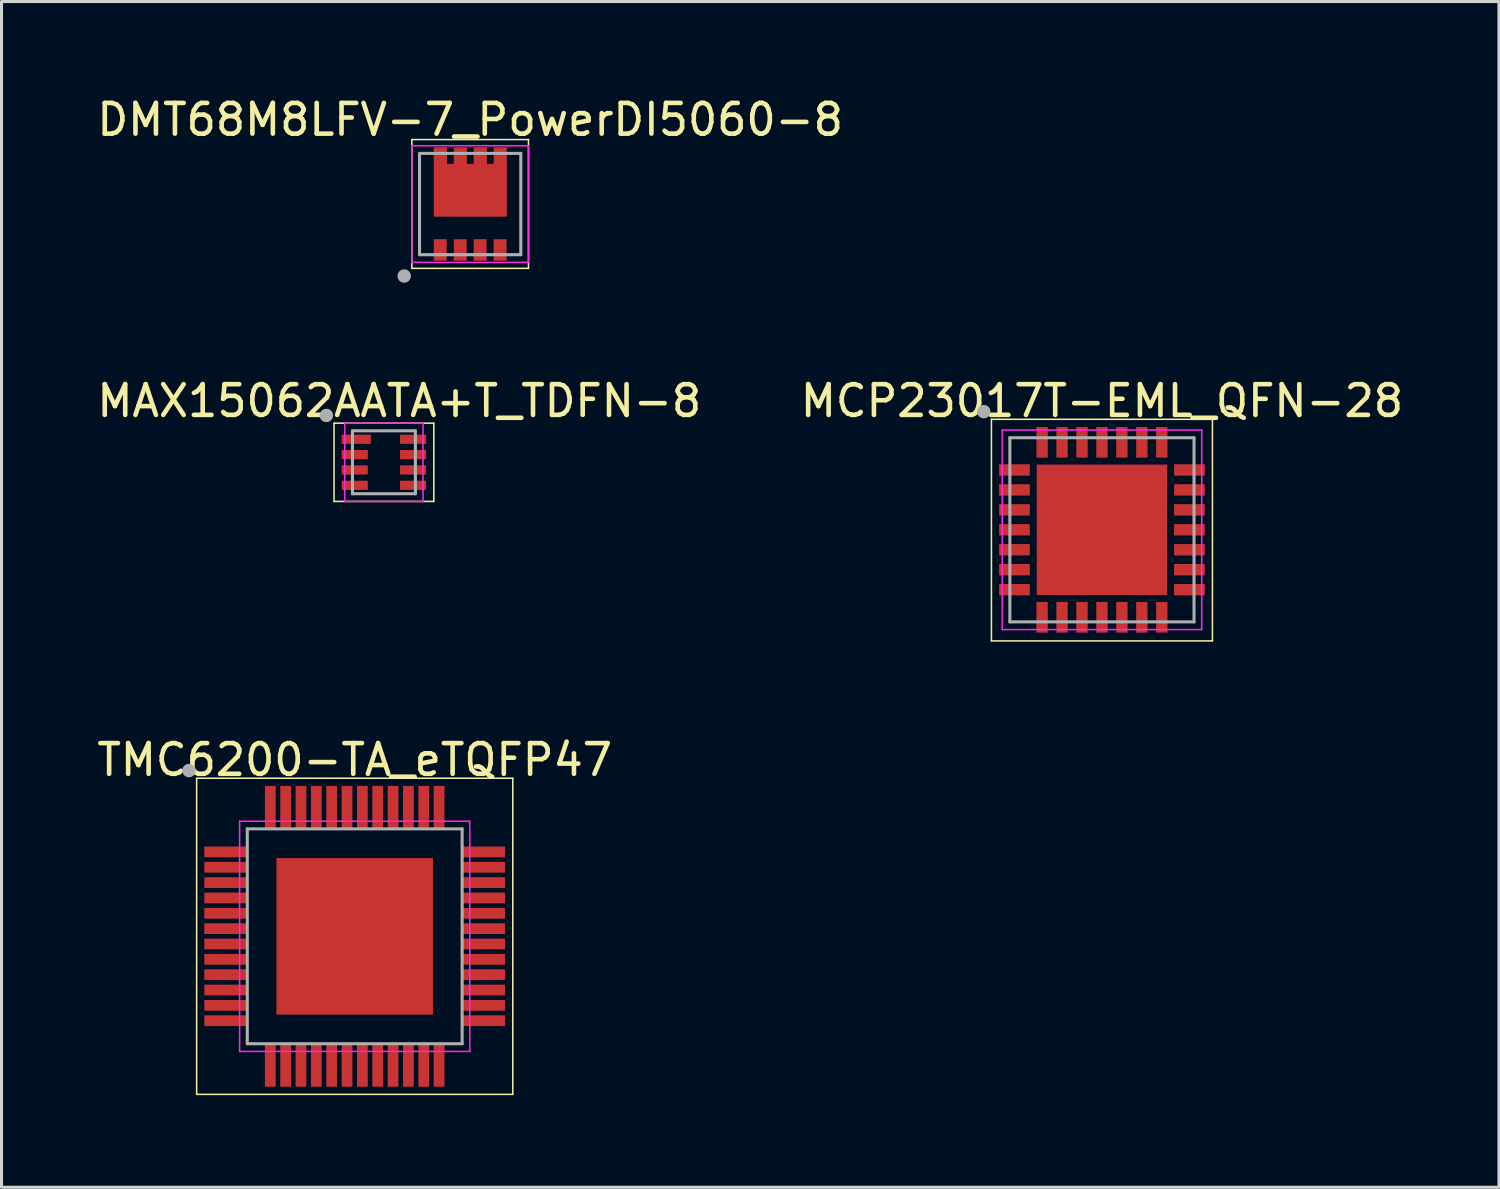
<source format=kicad_pcb>
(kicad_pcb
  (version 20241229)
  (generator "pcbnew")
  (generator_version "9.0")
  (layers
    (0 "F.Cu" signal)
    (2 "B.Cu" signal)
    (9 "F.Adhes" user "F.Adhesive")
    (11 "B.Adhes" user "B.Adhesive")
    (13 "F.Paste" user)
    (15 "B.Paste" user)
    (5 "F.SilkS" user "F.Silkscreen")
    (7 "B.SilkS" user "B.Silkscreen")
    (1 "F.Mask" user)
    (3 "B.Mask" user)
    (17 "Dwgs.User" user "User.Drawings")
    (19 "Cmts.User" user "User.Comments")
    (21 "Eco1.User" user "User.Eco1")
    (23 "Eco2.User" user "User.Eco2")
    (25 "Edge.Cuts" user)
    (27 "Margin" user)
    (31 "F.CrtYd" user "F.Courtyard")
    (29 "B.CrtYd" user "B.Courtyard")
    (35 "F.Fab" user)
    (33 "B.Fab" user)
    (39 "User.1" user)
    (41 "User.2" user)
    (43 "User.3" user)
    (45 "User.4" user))
  (footprint "TMC6200-TA_eTQFP47"
    (layer "F.Cu")
    (at 8.506 27.455)
    (property "Reference" "TMC6200-TA_eTQFP47" (at 0 -5.75 0) (layer "F.SilkS") (effects (font (size 1 1) (thickness 0.15))))
    (attr smd)
    (fp_line (start -5.15 5.15) (end -5.15 -5.15) (stroke (width 0.05) (type solid)) (layer "F.SilkS"))
    (fp_line (start -5.15 5.15) (end 5.15 5.15) (stroke (width 0.05) (type solid)) (layer "F.SilkS"))
    (fp_line (start 5.15 -5.15) (end -5.15 -5.15) (stroke (width 0.05) (type solid)) (layer "F.SilkS"))
    (fp_line (start 5.15 -5.15) (end 5.15 5.15) (stroke (width 0.05) (type solid)) (layer "F.SilkS"))
    (fp_circle (center -5.4 -5.4) (end -5.4 -5.3) (stroke (width 0.2) (type solid)) (fill no) (layer "F.SilkS"))
    (fp_line (start -3.75 -3.75) (end -3.75 3.75) (stroke (width 0.05) (type solid)) (layer "F.CrtYd"))
    (fp_line (start -3.75 3.75) (end 3.75 3.75) (stroke (width 0.05) (type solid)) (layer "F.CrtYd"))
    (fp_line (start 3.75 -3.75) (end -3.75 -3.75) (stroke (width 0.05) (type solid)) (layer "F.CrtYd"))
    (fp_line (start 3.75 3.75) (end 3.75 -3.75) (stroke (width 0.05) (type solid)) (layer "F.CrtYd"))
    (fp_line (start -3.5 -3.5) (end -3.5 3.5) (stroke (width 0.1) (type solid)) (layer "F.Fab"))
    (fp_line (start -3.5 3.5) (end 3.5 3.5) (stroke (width 0.1) (type solid)) (layer "F.Fab"))
    (fp_line (start 3.5 -3.5) (end -3.5 -3.5) (stroke (width 0.1) (type solid)) (layer "F.Fab"))
    (fp_line (start 3.5 3.5) (end 3.5 -3.5) (stroke (width 0.1) (type solid)) (layer "F.Fab"))
    (fp_circle (center -5.4 -5.4) (end -5.4 -5.29) (stroke (width 0.22) (type solid)) (fill no) (layer "F.Fab"))
    (pad "1" smd rect (at -4.2 -2.75) (size 1.4 0.35) (layers "F.Cu" "F.Mask" "F.Paste"))
    (pad "2" smd rect (at -4.2 -2.25) (size 1.4 0.35) (layers "F.Cu" "F.Mask" "F.Paste"))
    (pad "3" smd rect (at -4.2 -1.75) (size 1.4 0.35) (layers "F.Cu" "F.Mask" "F.Paste"))
    (pad "4" smd rect (at -4.2 -1.25) (size 1.4 0.35) (layers "F.Cu" "F.Mask" "F.Paste"))
    (pad "5" smd rect (at -4.2 -0.75) (size 1.4 0.35) (layers "F.Cu" "F.Mask" "F.Paste"))
    (pad "6" smd rect (at -4.2 -0.25) (size 1.4 0.35) (layers "F.Cu" "F.Mask" "F.Paste"))
    (pad "7" smd rect (at -4.2 0.25) (size 1.4 0.35) (layers "F.Cu" "F.Mask" "F.Paste"))
    (pad "8" smd rect (at -4.2 0.75) (size 1.4 0.35) (layers "F.Cu" "F.Mask" "F.Paste"))
    (pad "9" smd rect (at -4.2 1.25) (size 1.4 0.35) (layers "F.Cu" "F.Mask" "F.Paste"))
    (pad "10" smd rect (at -4.2 1.75) (size 1.4 0.35) (layers "F.Cu" "F.Mask" "F.Paste"))
    (pad "11" smd rect (at -4.2 2.25) (size 1.4 0.35) (layers "F.Cu" "F.Mask" "F.Paste"))
    (pad "12" smd rect (at -4.2 2.75) (size 1.4 0.35) (layers "F.Cu" "F.Mask" "F.Paste"))
    (pad "13" smd rect (at -2.75 4.2 90) (size 1.4 0.35) (layers "F.Cu" "F.Mask" "F.Paste"))
    (pad "14" smd rect (at -2.25 4.2 90) (size 1.4 0.35) (layers "F.Cu" "F.Mask" "F.Paste"))
    (pad "15" smd rect (at -1.75 4.2 90) (size 1.4 0.35) (layers "F.Cu" "F.Mask" "F.Paste"))
    (pad "16" smd rect (at -1.25 4.2 90) (size 1.4 0.35) (layers "F.Cu" "F.Mask" "F.Paste"))
    (pad "17" smd rect (at -0.75 4.2 90) (size 1.4 0.35) (layers "F.Cu" "F.Mask" "F.Paste"))
    (pad "18" smd rect (at -0.25 4.2 90) (size 1.4 0.35) (layers "F.Cu" "F.Mask" "F.Paste"))
    (pad "19" smd rect (at 0.25 4.2 90) (size 1.4 0.35) (layers "F.Cu" "F.Mask" "F.Paste"))
    (pad "20" smd rect (at 0.75 4.2 90) (size 1.4 0.35) (layers "F.Cu" "F.Mask" "F.Paste"))
    (pad "21" smd rect (at 1.25 4.2 90) (size 1.4 0.35) (layers "F.Cu" "F.Mask" "F.Paste"))
    (pad "22" smd rect (at 1.75 4.2 90) (size 1.4 0.35) (layers "F.Cu" "F.Mask" "F.Paste"))
    (pad "23" smd rect (at 2.25 4.2 90) (size 1.4 0.35) (layers "F.Cu" "F.Mask" "F.Paste"))
    (pad "24" smd rect (at 2.75 4.2 90) (size 1.4 0.35) (layers "F.Cu" "F.Mask" "F.Paste"))
    (pad "25" smd rect (at 4.2 2.75) (size 1.4 0.35) (layers "F.Cu" "F.Mask" "F.Paste"))
    (pad "26" smd rect (at 4.2 2.25) (size 1.4 0.35) (layers "F.Cu" "F.Mask" "F.Paste"))
    (pad "27" smd rect (at 4.2 1.75) (size 1.4 0.35) (layers "F.Cu" "F.Mask" "F.Paste"))
    (pad "28" smd rect (at 4.2 1.25) (size 1.4 0.35) (layers "F.Cu" "F.Mask" "F.Paste"))
    (pad "29" smd rect (at 4.2 0.75) (size 1.4 0.35) (layers "F.Cu" "F.Mask" "F.Paste"))
    (pad "30" smd rect (at 4.2 0.25) (size 1.4 0.35) (layers "F.Cu" "F.Mask" "F.Paste"))
    (pad "31" smd rect (at 4.2 -0.25) (size 1.4 0.35) (layers "F.Cu" "F.Mask" "F.Paste"))
    (pad "32" smd rect (at 4.2 -0.75) (size 1.4 0.35) (layers "F.Cu" "F.Mask" "F.Paste"))
    (pad "33" smd rect (at 4.2 -1.25) (size 1.4 0.35) (layers "F.Cu" "F.Mask" "F.Paste"))
    (pad "34" smd rect (at 4.2 -1.75) (size 1.4 0.35) (layers "F.Cu" "F.Mask" "F.Paste"))
    (pad "35" smd rect (at 4.2 -2.25) (size 1.4 0.35) (layers "F.Cu" "F.Mask" "F.Paste"))
    (pad "36" smd rect (at 4.2 -2.75) (size 1.4 0.35) (layers "F.Cu" "F.Mask" "F.Paste"))
    (pad "37" smd rect (at 2.75 -4.2 90) (size 1.4 0.35) (layers "F.Cu" "F.Mask" "F.Paste"))
    (pad "38" smd rect (at 2.25 -4.2 90) (size 1.4 0.35) (layers "F.Cu" "F.Mask" "F.Paste"))
    (pad "39" smd rect (at 1.75 -4.2 90) (size 1.4 0.35) (layers "F.Cu" "F.Mask" "F.Paste"))
    (pad "40" smd rect (at 1.25 -4.2 90) (size 1.4 0.35) (layers "F.Cu" "F.Mask" "F.Paste"))
    (pad "41" smd rect (at 0.75 -4.2 90) (size 1.4 0.35) (layers "F.Cu" "F.Mask" "F.Paste"))
    (pad "42" smd rect (at 0.25 -4.2 90) (size 1.4 0.35) (layers "F.Cu" "F.Mask" "F.Paste"))
    (pad "43" smd rect (at -0.25 -4.2 90) (size 1.4 0.35) (layers "F.Cu" "F.Mask" "F.Paste"))
    (pad "44" smd rect (at -0.75 -4.2 90) (size 1.4 0.35) (layers "F.Cu" "F.Mask" "F.Paste"))
    (pad "45" smd rect (at -1.25 -4.2 90) (size 1.4 0.35) (layers "F.Cu" "F.Mask" "F.Paste"))
    (pad "46" smd rect (at -1.75 -4.2 90) (size 1.4 0.35) (layers "F.Cu" "F.Mask" "F.Paste"))
    (pad "47" smd rect (at -2.25 -4.2 90) (size 1.4 0.35) (layers "F.Cu" "F.Mask" "F.Paste"))
    (pad "48" smd rect (at -2.75 -4.2 90) (size 1.4 0.35) (layers "F.Cu" "F.Mask" "F.Paste"))
    (pad "49" smd rect (at 0 0) (size 5.1 5.1) (layers "F.Cu" "F.Mask" "F.Paste")))
  (footprint "DMT68M8LFV-7_PowerDI5060-8"
    (layer "F.Cu")
    (at 12.268 3.598)
    (property "Reference" "DMT68M8LFV-7_PowerDI5060-8" (at 0 -2.75 0) (layer "F.SilkS") (effects (font (size 1 1) (thickness 0.15))))
    (attr smd)
    (fp_line (start -1.9 -2.1) (end -1.9 2.095) (stroke (width 0.05) (type solid)) (layer "F.SilkS"))
    (fp_line (start -1.9 2.095) (end 1.9 2.095) (stroke (width 0.05) (type solid)) (layer "F.SilkS"))
    (fp_line (start 1.9 -2.1) (end -1.9 -2.1) (stroke (width 0.05) (type solid)) (layer "F.SilkS"))
    (fp_line (start 1.9 2.095) (end 1.9 -2.1) (stroke (width 0.05) (type solid)) (layer "F.SilkS"))
    (fp_circle (center -2.15 2.345) (end -2.05 2.345) (stroke (width 0.2) (type solid)) (fill no) (layer "F.SilkS"))
    (fp_line (start -1.9 -1.9) (end 1.9 -1.9) (stroke (width 0.05) (type solid)) (layer "F.CrtYd"))
    (fp_line (start -1.9 1.9) (end -1.9 -1.9) (stroke (width 0.05) (type solid)) (layer "F.CrtYd"))
    (fp_line (start 1.9 -1.9) (end 1.9 1.9) (stroke (width 0.05) (type solid)) (layer "F.CrtYd"))
    (fp_line (start 1.9 1.9) (end -1.9 1.9) (stroke (width 0.05) (type solid)) (layer "F.CrtYd"))
    (fp_line (start -1.65 -1.65) (end 1.65 -1.65) (stroke (width 0.1) (type solid)) (layer "F.Fab"))
    (fp_line (start -1.65 1.65) (end -1.65 -1.65) (stroke (width 0.1) (type solid)) (layer "F.Fab"))
    (fp_line (start -1.65 1.65) (end 1.65 1.65) (stroke (width 0.1) (type solid)) (layer "F.Fab"))
    (fp_line (start 1.65 -1.65) (end 1.65 1.65) (stroke (width 0.1) (type solid)) (layer "F.Fab"))
    (fp_circle (center -2.15 2.345) (end -2.04 2.345) (stroke (width 0.22) (type solid)) (fill no) (layer "F.Fab"))
    (pad "1" smd rect (at 0.975 1.495 90) (size 0.7 0.42) (layers "F.Cu" "F.Mask" "F.Paste"))
    (pad "2" smd rect (at -0.975 1.495 90) (size 0.7 0.42) (layers "F.Cu" "F.Mask" "F.Paste"))
    (pad "2" smd rect (at -0.325 1.495 90) (size 0.7 0.42) (layers "F.Cu" "F.Mask" "F.Paste"))
    (pad "2" smd rect (at 0.325 1.495 90) (size 0.7 0.42) (layers "F.Cu" "F.Mask" "F.Paste"))
    (pad "3" smd custom (at 0 -0.735) (size 1 1) (layers "F.Cu" "F.Mask" "F.Paste") (options (anchor rect)) (primitives (gr_poly (pts (xy -0.76 -0.57) (xy -0.53 -0.57) (xy -0.53 -1.11) (xy -0.11 -1.11) (xy -0.11 -0.57) (xy 0.12 -0.57) (xy 0.12 -1.11) (xy 0.54 -1.11) (xy 0.54 -0.57) (xy 0.77 -0.57) (xy 0.77 -1.11) (xy 1.19 -1.11) (xy 1.19 1.14) (xy -1.18 1.14) (xy -1.18 -1.11) (xy -0.76 -1.11)) (width 0.01) (fill yes)))))
  (footprint "MAX15062AATA+T_TDFN-8"
    (layer "F.Cu")
    (at 9.458 12.011)
    (property "Reference" "MAX15062AATA+T_TDFN-8" (at 0.5 -2 0) (layer "F.SilkS") (effects (font (size 1 1) (thickness 0.15))))
    (attr smd)
    (fp_line (start -1.625 -1.275) (end 1.625 -1.275) (stroke (width 0.05) (type solid)) (layer "F.SilkS"))
    (fp_line (start -1.625 1.275) (end -1.625 -1.275) (stroke (width 0.05) (type solid)) (layer "F.SilkS"))
    (fp_line (start 1.625 -1.275) (end 1.625 1.275) (stroke (width 0.05) (type solid)) (layer "F.SilkS"))
    (fp_line (start 1.625 1.275) (end -1.625 1.275) (stroke (width 0.05) (type solid)) (layer "F.SilkS"))
    (fp_circle (center -1.875 -1.525) (end -1.875 -1.425) (stroke (width 0.2) (type solid)) (fill no) (layer "F.SilkS"))
    (fp_line (start -1.275 -1.275) (end 1.275 -1.275) (stroke (width 0.05) (type solid)) (layer "F.CrtYd"))
    (fp_line (start -1.275 1.275) (end -1.275 -1.275) (stroke (width 0.05) (type solid)) (layer "F.CrtYd"))
    (fp_line (start 1.275 -1.275) (end 1.275 1.275) (stroke (width 0.05) (type solid)) (layer "F.CrtYd"))
    (fp_line (start 1.275 1.275) (end -1.275 1.275) (stroke (width 0.05) (type solid)) (layer "F.CrtYd"))
    (fp_line (start -1.025 -1.025) (end -1.025 1.025) (stroke (width 0.1) (type solid)) (layer "F.Fab"))
    (fp_line (start -1.025 1.025) (end 1.025 1.025) (stroke (width 0.1) (type solid)) (layer "F.Fab"))
    (fp_line (start 1.025 -1.025) (end -1.025 -1.025) (stroke (width 0.1) (type solid)) (layer "F.Fab"))
    (fp_line (start 1.025 1.025) (end 1.025 -1.025) (stroke (width 0.1) (type solid)) (layer "F.Fab"))
    (fp_circle (center -1.875 -1.525) (end -1.875 -1.415) (stroke (width 0.22) (type solid)) (fill no) (layer "F.Fab"))
    (pad "1" smd rect (at -0.9 -0.75) (size 0.95 0.3) (layers "F.Cu" "F.Mask" "F.Paste"))
    (pad "2" smd rect (at -0.95 -0.25) (size 0.85 0.3) (layers "F.Cu" "F.Mask" "F.Paste"))
    (pad "3" smd rect (at -0.95 0.25) (size 0.85 0.3) (layers "F.Cu" "F.Mask" "F.Paste"))
    (pad "4" smd rect (at -0.95 0.75) (size 0.85 0.3) (layers "F.Cu" "F.Mask" "F.Paste"))
    (pad "5" smd rect (at 0.95 0.75) (size 0.85 0.3) (layers "F.Cu" "F.Mask" "F.Paste"))
    (pad "6" smd rect (at 0.95 0.25) (size 0.85 0.3) (layers "F.Cu" "F.Mask" "F.Paste"))
    (pad "7" smd rect (at 0.95 -0.25) (size 0.85 0.3) (layers "F.Cu" "F.Mask" "F.Paste"))
    (pad "8" smd rect (at 0.95 -0.75) (size 0.85 0.3) (layers "F.Cu" "F.Mask" "F.Paste")))
  (footprint "MCP23017T-EML_QFN-28"
    (layer "F.Cu")
    (at 32.851 14.211)
    (property "Reference" "MCP23017T-EML_QFN-28" (at 0 -4.2 0) (layer "F.SilkS") (effects (font (size 1 1) (thickness 0.15))))
    (attr smd)
    (fp_line (start -3.6 -3.6) (end -3.6 3.62) (stroke (width 0.05) (type solid)) (layer "F.SilkS"))
    (fp_line (start -3.6 3.62) (end 3.6 3.62) (stroke (width 0.05) (type solid)) (layer "F.SilkS"))
    (fp_line (start 3.6 -3.6) (end -3.6 -3.6) (stroke (width 0.05) (type solid)) (layer "F.SilkS"))
    (fp_line (start 3.6 3.62) (end 3.6 -3.6) (stroke (width 0.05) (type solid)) (layer "F.SilkS"))
    (fp_circle (center -3.85 -3.85) (end -3.85 -3.75) (stroke (width 0.2) (type solid)) (fill no) (layer "F.SilkS"))
    (fp_line (start -3.25 -3.25) (end 3.25 -3.25) (stroke (width 0.05) (type solid)) (layer "F.CrtYd"))
    (fp_line (start -3.25 3.25) (end -3.25 -3.25) (stroke (width 0.05) (type solid)) (layer "F.CrtYd"))
    (fp_line (start 3.25 -3.25) (end 3.25 3.25) (stroke (width 0.05) (type solid)) (layer "F.CrtYd"))
    (fp_line (start 3.25 3.25) (end -3.25 3.25) (stroke (width 0.05) (type solid)) (layer "F.CrtYd"))
    (fp_line (start -3 -3) (end -3 3) (stroke (width 0.1) (type solid)) (layer "F.Fab"))
    (fp_line (start -3 3) (end 3 3) (stroke (width 0.1) (type solid)) (layer "F.Fab"))
    (fp_line (start 3 -3) (end -3 -3) (stroke (width 0.1) (type solid)) (layer "F.Fab"))
    (fp_line (start 3 3) (end 3 -3) (stroke (width 0.1) (type solid)) (layer "F.Fab"))
    (fp_circle (center -3.85 -3.85) (end -3.85 -3.74) (stroke (width 0.22) (type solid)) (fill no) (layer "F.Fab"))
    (pad "1" smd rect (at -2.85 -1.95 90) (size 0.37 1) (layers "F.Cu" "F.Mask" "F.Paste"))
    (pad "2" smd rect (at -2.85 -1.3 90) (size 0.37 1) (layers "F.Cu" "F.Mask" "F.Paste"))
    (pad "3" smd rect (at -2.85 -0.65 90) (size 0.37 1) (layers "F.Cu" "F.Mask" "F.Paste"))
    (pad "4" smd rect (at -2.85 0 90) (size 0.37 1) (layers "F.Cu" "F.Mask" "F.Paste"))
    (pad "5" smd rect (at -2.85 0.65 90) (size 0.37 1) (layers "F.Cu" "F.Mask" "F.Paste"))
    (pad "6" smd rect (at -2.85 1.3 90) (size 0.37 1) (layers "F.Cu" "F.Mask" "F.Paste"))
    (pad "7" smd rect (at -2.85 1.95 90) (size 0.37 1) (layers "F.Cu" "F.Mask" "F.Paste"))
    (pad "8" smd rect (at -1.95 2.85) (size 0.37 1) (layers "F.Cu" "F.Mask" "F.Paste"))
    (pad "9" smd rect (at -1.3 2.85) (size 0.37 1) (layers "F.Cu" "F.Mask" "F.Paste"))
    (pad "10" smd rect (at -0.65 2.85) (size 0.37 1) (layers "F.Cu" "F.Mask" "F.Paste"))
    (pad "11" smd rect (at 0 2.85) (size 0.37 1) (layers "F.Cu" "F.Mask" "F.Paste"))
    (pad "12" smd rect (at 0.65 2.85) (size 0.37 1) (layers "F.Cu" "F.Mask" "F.Paste"))
    (pad "13" smd rect (at 1.3 2.85) (size 0.37 1) (layers "F.Cu" "F.Mask" "F.Paste"))
    (pad "14" smd rect (at 1.95 2.85) (size 0.37 1) (layers "F.Cu" "F.Mask" "F.Paste"))
    (pad "15" smd rect (at 2.85 1.95 90) (size 0.37 1) (layers "F.Cu" "F.Mask" "F.Paste"))
    (pad "16" smd rect (at 2.85 1.3 90) (size 0.37 1) (layers "F.Cu" "F.Mask" "F.Paste"))
    (pad "17" smd rect (at 2.85 0.65 90) (size 0.37 1) (layers "F.Cu" "F.Mask" "F.Paste"))
    (pad "18" smd rect (at 2.85 0 90) (size 0.37 1) (layers "F.Cu" "F.Mask" "F.Paste"))
    (pad "19" smd rect (at 2.85 -0.65 90) (size 0.37 1) (layers "F.Cu" "F.Mask" "F.Paste"))
    (pad "20" smd rect (at 2.85 -1.3 90) (size 0.37 1) (layers "F.Cu" "F.Mask" "F.Paste"))
    (pad "21" smd rect (at 2.85 -1.95 90) (size 0.37 1) (layers "F.Cu" "F.Mask" "F.Paste"))
    (pad "22" smd rect (at 1.95 -2.85) (size 0.37 1) (layers "F.Cu" "F.Mask" "F.Paste"))
    (pad "23" smd rect (at 1.3 -2.85) (size 0.37 1) (layers "F.Cu" "F.Mask" "F.Paste"))
    (pad "24" smd rect (at 0.65 -2.85) (size 0.37 1) (layers "F.Cu" "F.Mask" "F.Paste"))
    (pad "25" smd rect (at 0 -2.85) (size 0.37 1) (layers "F.Cu" "F.Mask" "F.Paste"))
    (pad "26" smd rect (at -0.65 -2.85) (size 0.37 1) (layers "F.Cu" "F.Mask" "F.Paste"))
    (pad "27" smd rect (at -1.3 -2.85) (size 0.37 1) (layers "F.Cu" "F.Mask" "F.Paste"))
    (pad "28" smd rect (at -1.95 -2.85) (size 0.37 1) (layers "F.Cu" "F.Mask" "F.Paste"))
    (pad "29" smd rect (at 0 0) (size 4.25 4.25) (layers "F.Cu" "F.Mask" "F.Paste")))
  (gr_rect
    (start -3 -3)
    (end 45.786 35.63)
    (stroke (width 0.1) (type default))
    (fill no)
    (layer "Edge.Cuts")))
</source>
